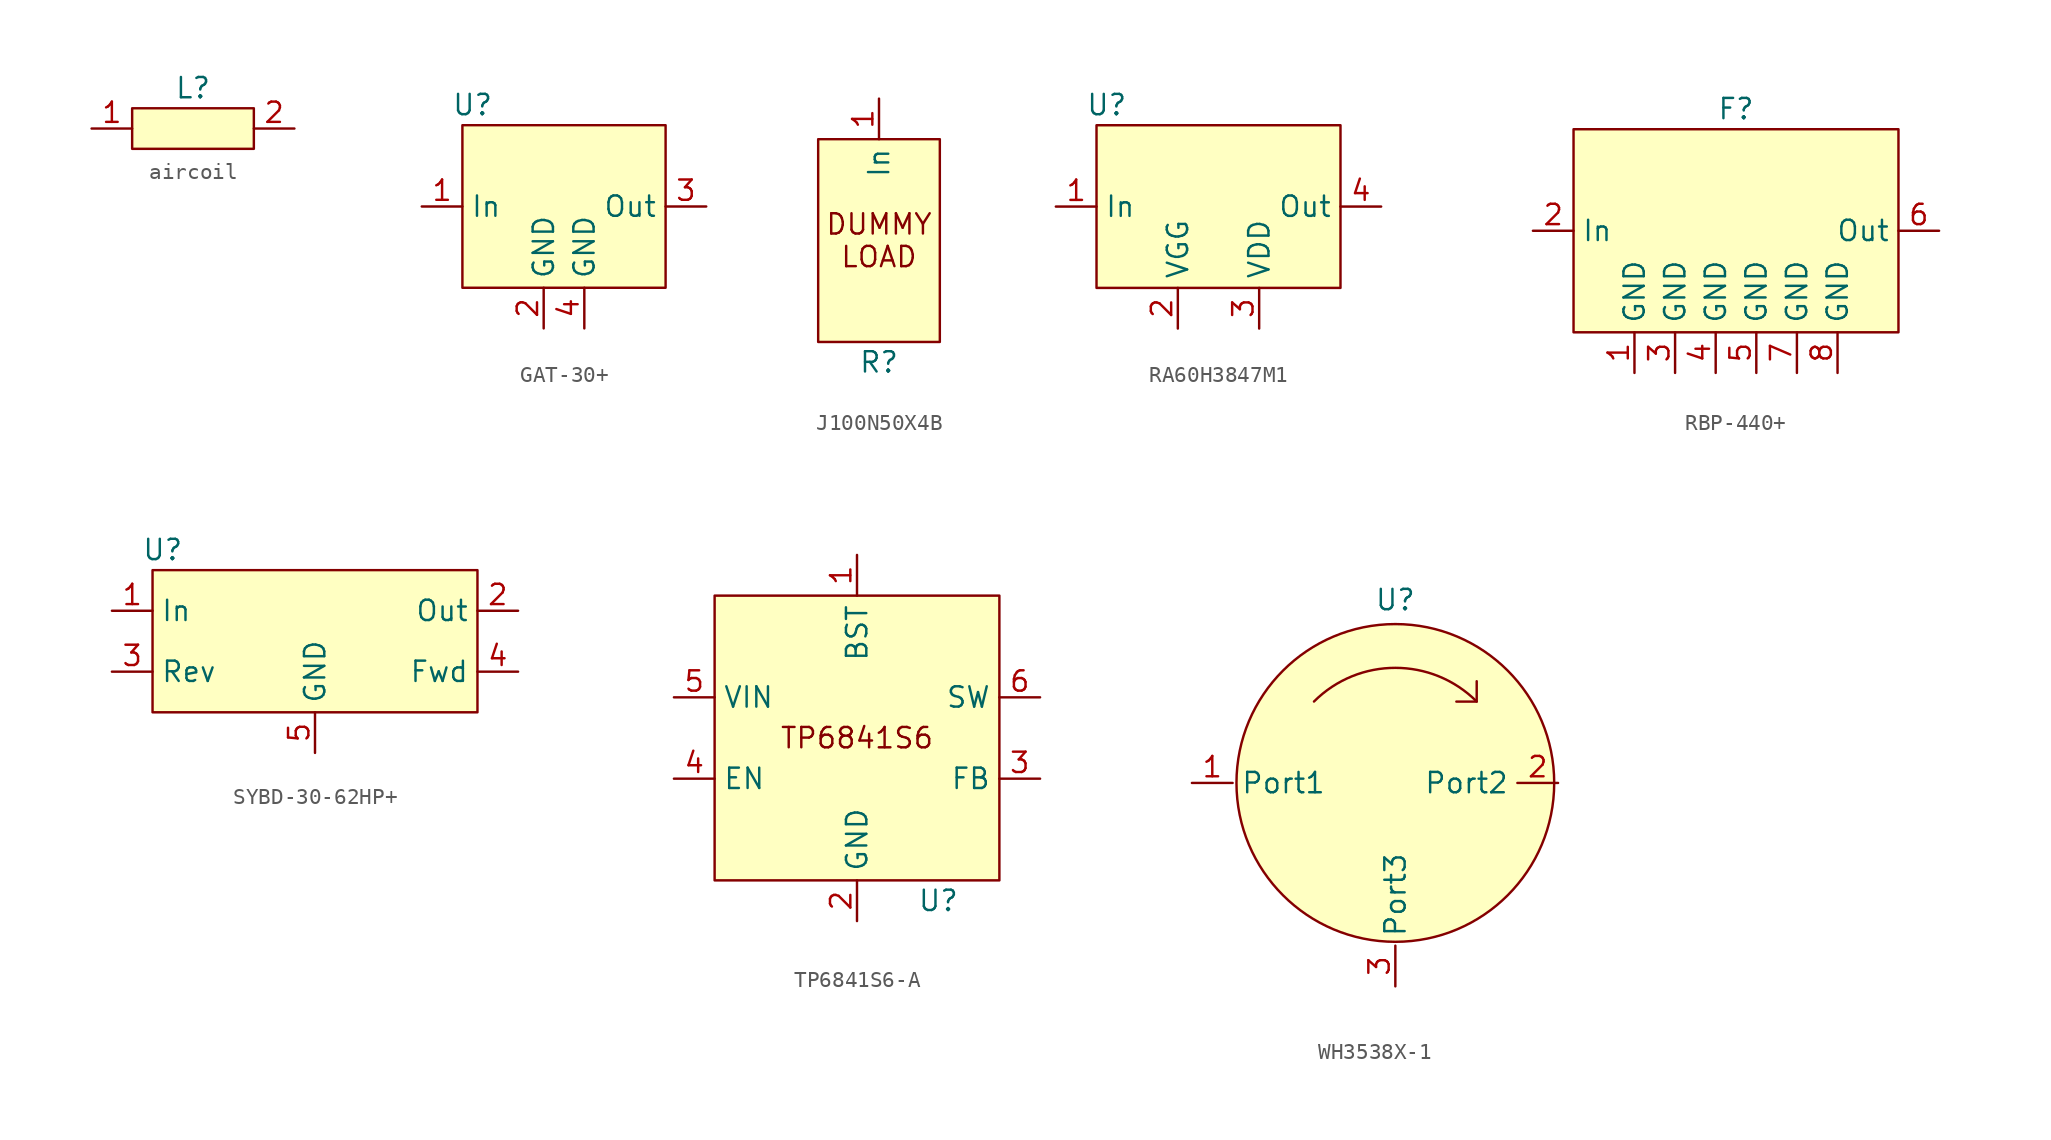
<source format=kicad_sym>
(kicad_symbol_lib
  (version 20220914)
  (generator kicad_symbol_editor)
  (symbol "aircoil"
    (property "Reference" "L"
      (at 0 2.54 0)
      (effects (font (size 1.27 1.27))))
    (property "Value" ""
      (at 0 0 0)
      (effects (font (size 1.27 1.27))))
    (symbol "aircoil_1_1"
      (polyline (pts (xy -3.81 1.27) (xy -3.81 -1.27) (xy 3.81 -1.27) (xy 3.81 1.27) (xy -3.81 1.27)) (stroke (width 0) (type default)) (fill (type background)))
      (pin passive line (at -6.35 0 0) (length 2.54) (name "" (effects (font (size 1.27 1.27)))) (number "1" (effects (font (size 1.27 1.27)))))
      (pin passive line (at 6.35 0 180) (length 2.54) (name "" (effects (font (size 1.27 1.27)))) (number "2" (effects (font (size 1.27 1.27)))))))
  (symbol "GAT-30+"
    (property "Reference" "U"
      (at -5.715 6.35 0)
      (effects (font (size 1.27 1.27))))
    (property "Value" ""
      (at 0 0 0)
      (effects (font (size 1.27 1.27))))
    (symbol "GAT-30+_1_1"
      (rectangle (start -6.35 5.08) (end 6.35 -5.08) (stroke (width 0) (type default)) (fill (type background)))
      (pin input line (at -8.89 0 0) (length 2.54) (name "In" (effects (font (size 1.27 1.27)))) (number "1" (effects (font (size 1.27 1.27)))))
      (pin passive line (at -1.27 -7.62 90) (length 2.54) (name "GND" (effects (font (size 1.27 1.27)))) (number "2" (effects (font (size 1.27 1.27)))))
      (pin output line (at 8.89 0 180) (length 2.54) (name "Out" (effects (font (size 1.27 1.27)))) (number "3" (effects (font (size 1.27 1.27)))))
      (pin passive line (at 1.27 -7.62 90) (length 2.54) (name "GND" (effects (font (size 1.27 1.27)))) (number "4" (effects (font (size 1.27 1.27)))))))
  (symbol "J100N50X4B"
    (property "Reference" "R"
      (at 0 -7.62 0)
      (effects (font (size 1.27 1.27))))
    (property "Value" ""
      (at 0 6.35 0)
      (effects (font (size 1.27 1.27))))
    (symbol "J100N50X4B_1_1"
      (rectangle (start -3.81 6.35) (end 3.81 -6.35) (stroke (width 0) (type default)) (fill (type background)))
      (text "DUMMY\nLOAD" (at 0 0 0) (effects (font (size 1.27 1.27))))
      (pin input line (at 0 8.89 270) (length 2.54) (name "In" (effects (font (size 1.27 1.27)))) (number "1" (effects (font (size 1.27 1.27)))))))
  (symbol "RA60H3847M1"
    (property "Reference" "U"
      (at -6.985 6.35 0)
      (effects (font (size 1.27 1.27))))
    (property "Value" ""
      (at 0 0 0)
      (effects (font (size 1.27 1.27))))
    (symbol "RA60H3847M1_1_1"
      (rectangle (start -7.62 5.08) (end 7.62 -5.08) (stroke (width 0) (type default)) (fill (type background)))
      (pin input line (at -10.16 0 0) (length 2.54) (name "In" (effects (font (size 1.27 1.27)))) (number "1" (effects (font (size 1.27 1.27)))))
      (pin input line (at -2.54 -7.62 90) (length 2.54) (name "VGG" (effects (font (size 1.27 1.27)))) (number "2" (effects (font (size 1.27 1.27)))))
      (pin input line (at 2.54 -7.62 90) (length 2.54) (name "VDD" (effects (font (size 1.27 1.27)))) (number "3" (effects (font (size 1.27 1.27)))))
      (pin output line (at 10.16 0 180) (length 2.54) (name "Out" (effects (font (size 1.27 1.27)))) (number "4" (effects (font (size 1.27 1.27)))))))
  (symbol "RBP-440+"
    (property "Reference" "F"
      (at 0 7.62 0)
      (effects (font (size 1.27 1.27))))
    (property "Value" ""
      (at 0 0 0)
      (effects (font (size 1.27 1.27))))
    (symbol "RBP-440+_1_1"
      (rectangle (start -10.16 6.35) (end 10.16 -6.35) (stroke (width 0) (type default)) (fill (type background)))
      (pin passive line (at -6.35 -8.89 90) (length 2.54) (name "GND" (effects (font (size 1.27 1.27)))) (number "1" (effects (font (size 1.27 1.27)))))
      (pin input line (at -12.7 0 0) (length 2.54) (name "In" (effects (font (size 1.27 1.27)))) (number "2" (effects (font (size 1.27 1.27)))))
      (pin passive line (at -3.81 -8.89 90) (length 2.54) (name "GND" (effects (font (size 1.27 1.27)))) (number "3" (effects (font (size 1.27 1.27)))))
      (pin passive line (at -1.27 -8.89 90) (length 2.54) (name "GND" (effects (font (size 1.27 1.27)))) (number "4" (effects (font (size 1.27 1.27)))))
      (pin passive line (at 1.27 -8.89 90) (length 2.54) (name "GND" (effects (font (size 1.27 1.27)))) (number "5" (effects (font (size 1.27 1.27)))))
      (pin output line (at 12.7 0 180) (length 2.54) (name "Out" (effects (font (size 1.27 1.27)))) (number "6" (effects (font (size 1.27 1.27)))))
      (pin passive line (at 3.81 -8.89 90) (length 2.54) (name "GND" (effects (font (size 1.27 1.27)))) (number "7" (effects (font (size 1.27 1.27)))))
      (pin passive line (at 6.35 -8.89 90) (length 2.54) (name "GND" (effects (font (size 1.27 1.27)))) (number "8" (effects (font (size 1.27 1.27)))))))
  (symbol "SYBD-30-62HP+"
    (property "Reference" "U"
      (at -9.525 1.27 0)
      (effects (font (size 1.27 1.27))))
    (property "Value" ""
      (at 0 0 0)
      (effects (font (size 1.27 1.27))))
    (symbol "SYBD-30-62HP+_1_1"
      (rectangle (start -10.16 0) (end 10.16 -8.89) (stroke (width 0) (type default)) (fill (type background)))
      (pin input line (at -12.7 -2.54 0) (length 2.54) (name "In" (effects (font (size 1.27 1.27)))) (number "1" (effects (font (size 1.27 1.27)))))
      (pin output line (at 12.7 -2.54 180) (length 2.54) (name "Out" (effects (font (size 1.27 1.27)))) (number "2" (effects (font (size 1.27 1.27)))))
      (pin output line (at -12.7 -6.35 0) (length 2.54) (name "Rev" (effects (font (size 1.27 1.27)))) (number "3" (effects (font (size 1.27 1.27)))))
      (pin output line (at 12.7 -6.35 180) (length 2.54) (name "Fwd" (effects (font (size 1.27 1.27)))) (number "4" (effects (font (size 1.27 1.27)))))
      (pin passive line (at 0 -11.43 90) (length 2.54) (name "GND" (effects (font (size 1.27 1.27)))) (number "5" (effects (font (size 1.27 1.27)))))))
  (symbol "TP6841S6-A"
    (property "Reference" "U"
      (at 5.08 -10.16 0)
      (effects (font (size 1.27 1.27))))
    (property "Value" ""
      (at 0 0 0)
      (effects (font (size 1.27 1.27))))
    (symbol "TP6841S6-A_1_1"
      (rectangle (start -8.89 8.89) (end 8.89 -8.89) (stroke (width 0) (type default)) (fill (type background)))
      (text "TP6841S6" (at 0 0 0) (effects (font (size 1.27 1.27))))
      (pin input line (at 0 11.43 270) (length 2.54) (name "BST" (effects (font (size 1.27 1.27)))) (number "1" (effects (font (size 1.27 1.27)))))
      (pin input line (at 0 -11.43 90) (length 2.54) (name "GND" (effects (font (size 1.27 1.27)))) (number "2" (effects (font (size 1.27 1.27)))))
      (pin input line (at 11.43 -2.54 180) (length 2.54) (name "FB" (effects (font (size 1.27 1.27)))) (number "3" (effects (font (size 1.27 1.27)))))
      (pin input line (at -11.43 -2.54 0) (length 2.54) (name "EN" (effects (font (size 1.27 1.27)))) (number "4" (effects (font (size 1.27 1.27)))))
      (pin input line (at -11.43 2.54 0) (length 2.54) (name "VIN" (effects (font (size 1.27 1.27)))) (number "5" (effects (font (size 1.27 1.27)))))
      (pin output line (at 11.43 2.54 180) (length 2.54) (name "SW" (effects (font (size 1.27 1.27)))) (number "6" (effects (font (size 1.27 1.27)))))))
  (symbol "WH3538X-1"
    (property "Reference" "U"
      (at 0 11.43 0)
      (effects (font (size 1.27 1.27))))
    (property "Value" ""
      (at 0 13.97 0)
      (effects (font (size 1.27 1.27))))
    (symbol "WH3538X-1_1_1"
      (polyline (pts (xy 3.81 5.08) (xy 5.08 5.08) (xy 5.08 6.35)) (stroke (width 0) (type default)) (fill (type none)))
      (circle (center 0 0) (radius 9.919) (stroke (width 0) (type default)) (fill (type background)))
      (arc (start 5.08 5.083) (mid 0 7.1863) (end -5.08 5.083) (stroke (width 0) (type default)) (fill (type none)))
      (pin bidirectional line (at -12.7 0 0) (length 2.54) (name "Port1" (effects (font (size 1.27 1.27)))) (number "1" (effects (font (size 1.27 1.27)))))
      (pin bidirectional line (at 10.16 0 180) (length 2.54) (name "Port2" (effects (font (size 1.27 1.27)))) (number "2" (effects (font (size 1.27 1.27)))))
      (pin bidirectional line (at 0 -12.7 90) (length 2.54) (name "Port3" (effects (font (size 1.27 1.27)))) (number "3" (effects (font (size 1.27 1.27))))))))
</source>
